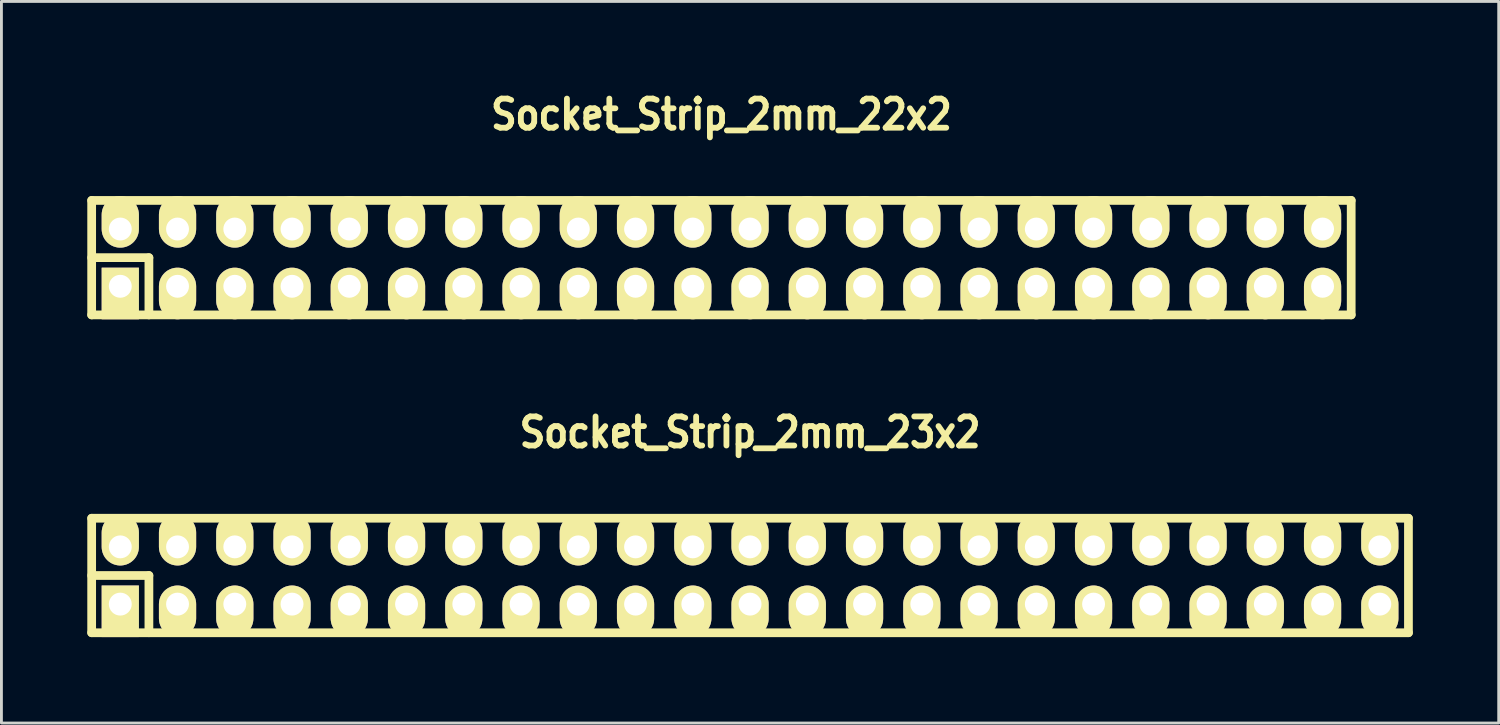
<source format=kicad_pcb>
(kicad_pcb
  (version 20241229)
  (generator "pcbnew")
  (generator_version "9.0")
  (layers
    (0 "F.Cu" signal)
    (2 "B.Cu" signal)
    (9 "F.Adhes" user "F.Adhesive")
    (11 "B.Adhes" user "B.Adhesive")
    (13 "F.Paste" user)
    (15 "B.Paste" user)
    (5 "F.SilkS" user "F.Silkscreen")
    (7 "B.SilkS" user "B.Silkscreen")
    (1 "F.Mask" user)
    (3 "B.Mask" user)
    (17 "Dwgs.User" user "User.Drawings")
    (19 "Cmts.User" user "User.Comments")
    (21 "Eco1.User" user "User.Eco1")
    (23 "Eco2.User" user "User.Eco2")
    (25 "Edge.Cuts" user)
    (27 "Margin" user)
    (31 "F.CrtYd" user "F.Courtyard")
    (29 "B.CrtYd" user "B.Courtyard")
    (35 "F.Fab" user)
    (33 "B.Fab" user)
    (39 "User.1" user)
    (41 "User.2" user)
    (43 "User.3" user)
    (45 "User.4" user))
  (footprint "Socket_Strip_2mm_22x2"
    (layer "F.Cu")
    (at 22.152 5.951)
    (property "Reference" "Socket_Strip_2mm_22x2" (at 0 -5 0) (layer "F.SilkS") (effects (font (size 1.016 0.889) (thickness 0.203))))
    (attr through_hole)
    (fp_line (start -22 -2) (end 22 -2) (stroke (width 0.305) (type solid)) (layer "F.SilkS"))
    (fp_line (start -22 0) (end -20 0) (stroke (width 0.305) (type solid)) (layer "F.SilkS"))
    (fp_line (start -22 2) (end -22 -2) (stroke (width 0.305) (type solid)) (layer "F.SilkS"))
    (fp_line (start -20 0) (end -20 2) (stroke (width 0.305) (type solid)) (layer "F.SilkS"))
    (fp_line (start 22 -2) (end 22 2) (stroke (width 0.305) (type solid)) (layer "F.SilkS"))
    (fp_line (start 22 2) (end -22 2) (stroke (width 0.305) (type solid)) (layer "F.SilkS"))
    (pad "1" thru_hole rect (at -21 1) (size 1.3 1.8) (drill 0.8 (offset 0 0.25)) (layers "*.Cu" "*.Mask" "F.SilkS"))
    (pad "2" thru_hole oval (at -21 -1) (size 1.3 1.8) (drill 0.8 (offset 0 -0.25)) (layers "*.Cu" "*.Mask" "F.SilkS"))
    (pad "3" thru_hole oval (at -19 1) (size 1.3 1.8) (drill 0.8 (offset 0 0.25)) (layers "*.Cu" "*.Mask" "F.SilkS"))
    (pad "4" thru_hole oval (at -19 -1) (size 1.3 1.8) (drill 0.8 (offset 0 -0.25)) (layers "*.Cu" "*.Mask" "F.SilkS"))
    (pad "5" thru_hole oval (at -17 1) (size 1.3 1.8) (drill 0.8 (offset 0 0.25)) (layers "*.Cu" "*.Mask" "F.SilkS"))
    (pad "6" thru_hole oval (at -17 -1) (size 1.3 1.8) (drill 0.8 (offset 0 -0.25)) (layers "*.Cu" "*.Mask" "F.SilkS"))
    (pad "7" thru_hole oval (at -15 1) (size 1.3 1.8) (drill 0.8 (offset 0 0.25)) (layers "*.Cu" "*.Mask" "F.SilkS"))
    (pad "8" thru_hole oval (at -15 -1) (size 1.3 1.8) (drill 0.8 (offset 0 -0.25)) (layers "*.Cu" "*.Mask" "F.SilkS"))
    (pad "9" thru_hole oval (at -13 1) (size 1.3 1.8) (drill 0.8 (offset 0 0.25)) (layers "*.Cu" "*.Mask" "F.SilkS"))
    (pad "10" thru_hole oval (at -13 -1) (size 1.3 1.8) (drill 0.8 (offset 0 -0.25)) (layers "*.Cu" "*.Mask" "F.SilkS"))
    (pad "11" thru_hole oval (at -11 1) (size 1.3 1.8) (drill 0.8 (offset 0 0.25)) (layers "*.Cu" "*.Mask" "F.SilkS"))
    (pad "12" thru_hole oval (at -11 -1) (size 1.3 1.8) (drill 0.8 (offset 0 -0.25)) (layers "*.Cu" "*.Mask" "F.SilkS"))
    (pad "13" thru_hole oval (at -9 1) (size 1.3 1.8) (drill 0.8 (offset 0 0.25)) (layers "*.Cu" "*.Mask" "F.SilkS"))
    (pad "14" thru_hole oval (at -9 -1) (size 1.3 1.8) (drill 0.8 (offset 0 -0.25)) (layers "*.Cu" "*.Mask" "F.SilkS"))
    (pad "15" thru_hole oval (at -7 1) (size 1.3 1.8) (drill 0.8 (offset 0 0.25)) (layers "*.Cu" "*.Mask" "F.SilkS"))
    (pad "16" thru_hole oval (at -7 -1) (size 1.3 1.8) (drill 0.8 (offset 0 -0.25)) (layers "*.Cu" "*.Mask" "F.SilkS"))
    (pad "17" thru_hole oval (at -5 1) (size 1.3 1.8) (drill 0.8 (offset 0 0.25)) (layers "*.Cu" "*.Mask" "F.SilkS"))
    (pad "18" thru_hole oval (at -5 -1) (size 1.3 1.8) (drill 0.8 (offset 0 -0.25)) (layers "*.Cu" "*.Mask" "F.SilkS"))
    (pad "19" thru_hole oval (at -3 1) (size 1.3 1.8) (drill 0.8 (offset 0 0.25)) (layers "*.Cu" "*.Mask" "F.SilkS"))
    (pad "20" thru_hole oval (at -3 -1) (size 1.3 1.8) (drill 0.8 (offset 0 -0.25)) (layers "*.Cu" "*.Mask" "F.SilkS"))
    (pad "21" thru_hole oval (at -1 1) (size 1.3 1.8) (drill 0.8 (offset 0 0.25)) (layers "*.Cu" "*.Mask" "F.SilkS"))
    (pad "22" thru_hole oval (at -1 -1) (size 1.3 1.8) (drill 0.8 (offset 0 -0.25)) (layers "*.Cu" "*.Mask" "F.SilkS"))
    (pad "23" thru_hole oval (at 1 1) (size 1.3 1.8) (drill 0.8 (offset 0 0.25)) (layers "*.Cu" "*.Mask" "F.SilkS"))
    (pad "24" thru_hole oval (at 1 -1) (size 1.3 1.8) (drill 0.8 (offset 0 -0.25)) (layers "*.Cu" "*.Mask" "F.SilkS"))
    (pad "25" thru_hole oval (at 3 1) (size 1.3 1.8) (drill 0.8 (offset 0 0.25)) (layers "*.Cu" "*.Mask" "F.SilkS"))
    (pad "26" thru_hole oval (at 3 -1) (size 1.3 1.8) (drill 0.8 (offset 0 -0.25)) (layers "*.Cu" "*.Mask" "F.SilkS"))
    (pad "27" thru_hole oval (at 5 1) (size 1.3 1.8) (drill 0.8 (offset 0 0.25)) (layers "*.Cu" "*.Mask" "F.SilkS"))
    (pad "28" thru_hole oval (at 5 -1) (size 1.3 1.8) (drill 0.8 (offset 0 -0.25)) (layers "*.Cu" "*.Mask" "F.SilkS"))
    (pad "29" thru_hole oval (at 7 1) (size 1.3 1.8) (drill 0.8 (offset 0 0.25)) (layers "*.Cu" "*.Mask" "F.SilkS"))
    (pad "30" thru_hole oval (at 7 -1) (size 1.3 1.8) (drill 0.8 (offset 0 -0.25)) (layers "*.Cu" "*.Mask" "F.SilkS"))
    (pad "31" thru_hole oval (at 9 1) (size 1.3 1.8) (drill 0.8 (offset 0 0.25)) (layers "*.Cu" "*.Mask" "F.SilkS"))
    (pad "32" thru_hole oval (at 9 -1) (size 1.3 1.8) (drill 0.8 (offset 0 -0.25)) (layers "*.Cu" "*.Mask" "F.SilkS"))
    (pad "33" thru_hole oval (at 11 1) (size 1.3 1.8) (drill 0.8 (offset 0 0.25)) (layers "*.Cu" "*.Mask" "F.SilkS"))
    (pad "34" thru_hole oval (at 11 -1) (size 1.3 1.8) (drill 0.8 (offset 0 -0.25)) (layers "*.Cu" "*.Mask" "F.SilkS"))
    (pad "35" thru_hole oval (at 13 1) (size 1.3 1.8) (drill 0.8 (offset 0 0.25)) (layers "*.Cu" "*.Mask" "F.SilkS"))
    (pad "36" thru_hole oval (at 13 -1) (size 1.3 1.8) (drill 0.8 (offset 0 -0.25)) (layers "*.Cu" "*.Mask" "F.SilkS"))
    (pad "37" thru_hole oval (at 15 1) (size 1.3 1.8) (drill 0.8 (offset 0 0.25)) (layers "*.Cu" "*.Mask" "F.SilkS"))
    (pad "38" thru_hole oval (at 15 -1) (size 1.3 1.8) (drill 0.8 (offset 0 -0.25)) (layers "*.Cu" "*.Mask" "F.SilkS"))
    (pad "39" thru_hole oval (at 17 1) (size 1.3 1.8) (drill 0.8 (offset 0 0.25)) (layers "*.Cu" "*.Mask" "F.SilkS"))
    (pad "40" thru_hole oval (at 17 -1) (size 1.3 1.8) (drill 0.8 (offset 0 -0.25)) (layers "*.Cu" "*.Mask" "F.SilkS"))
    (pad "41" thru_hole oval (at 19 1) (size 1.3 1.8) (drill 0.8 (offset 0 0.25)) (layers "*.Cu" "*.Mask" "F.SilkS"))
    (pad "42" thru_hole oval (at 19 -1) (size 1.3 1.8) (drill 0.8 (offset 0 -0.25)) (layers "*.Cu" "*.Mask" "F.SilkS"))
    (pad "43" thru_hole oval (at 21 1) (size 1.3 1.8) (drill 0.8 (offset 0 0.25)) (layers "*.Cu" "*.Mask" "F.SilkS"))
    (pad "44" thru_hole oval (at 21 -1) (size 1.3 1.8) (drill 0.8 (offset 0 -0.25)) (layers "*.Cu" "*.Mask" "F.SilkS")))
  (footprint "Socket_Strip_2mm_23x2"
    (layer "F.Cu")
    (at 23.152 17.054)
    (property "Reference" "Socket_Strip_2mm_23x2" (at 0 -5 0) (layer "F.SilkS") (effects (font (size 1.016 0.889) (thickness 0.203))))
    (attr through_hole)
    (fp_line (start -23 -2) (end 23 -2) (stroke (width 0.305) (type solid)) (layer "F.SilkS"))
    (fp_line (start -23 0) (end -21 0) (stroke (width 0.305) (type solid)) (layer "F.SilkS"))
    (fp_line (start -23 2) (end -23 -2) (stroke (width 0.305) (type solid)) (layer "F.SilkS"))
    (fp_line (start -21 0) (end -21 2) (stroke (width 0.305) (type solid)) (layer "F.SilkS"))
    (fp_line (start 23 -2) (end 23 2) (stroke (width 0.305) (type solid)) (layer "F.SilkS"))
    (fp_line (start 23 2) (end -23 2) (stroke (width 0.305) (type solid)) (layer "F.SilkS"))
    (pad "1" thru_hole rect (at -22 1) (size 1.3 1.8) (drill 0.8 (offset 0 0.25)) (layers "*.Cu" "*.Mask" "F.SilkS"))
    (pad "2" thru_hole oval (at -22 -1) (size 1.3 1.8) (drill 0.8 (offset 0 -0.25)) (layers "*.Cu" "*.Mask" "F.SilkS"))
    (pad "3" thru_hole oval (at -20 1) (size 1.3 1.8) (drill 0.8 (offset 0 0.25)) (layers "*.Cu" "*.Mask" "F.SilkS"))
    (pad "4" thru_hole oval (at -20 -1) (size 1.3 1.8) (drill 0.8 (offset 0 -0.25)) (layers "*.Cu" "*.Mask" "F.SilkS"))
    (pad "5" thru_hole oval (at -18 1) (size 1.3 1.8) (drill 0.8 (offset 0 0.25)) (layers "*.Cu" "*.Mask" "F.SilkS"))
    (pad "6" thru_hole oval (at -18 -1) (size 1.3 1.8) (drill 0.8 (offset 0 -0.25)) (layers "*.Cu" "*.Mask" "F.SilkS"))
    (pad "7" thru_hole oval (at -16 1) (size 1.3 1.8) (drill 0.8 (offset 0 0.25)) (layers "*.Cu" "*.Mask" "F.SilkS"))
    (pad "8" thru_hole oval (at -16 -1) (size 1.3 1.8) (drill 0.8 (offset 0 -0.25)) (layers "*.Cu" "*.Mask" "F.SilkS"))
    (pad "9" thru_hole oval (at -14 1) (size 1.3 1.8) (drill 0.8 (offset 0 0.25)) (layers "*.Cu" "*.Mask" "F.SilkS"))
    (pad "10" thru_hole oval (at -14 -1) (size 1.3 1.8) (drill 0.8 (offset 0 -0.25)) (layers "*.Cu" "*.Mask" "F.SilkS"))
    (pad "11" thru_hole oval (at -12 1) (size 1.3 1.8) (drill 0.8 (offset 0 0.25)) (layers "*.Cu" "*.Mask" "F.SilkS"))
    (pad "12" thru_hole oval (at -12 -1) (size 1.3 1.8) (drill 0.8 (offset 0 -0.25)) (layers "*.Cu" "*.Mask" "F.SilkS"))
    (pad "13" thru_hole oval (at -10 1) (size 1.3 1.8) (drill 0.8 (offset 0 0.25)) (layers "*.Cu" "*.Mask" "F.SilkS"))
    (pad "14" thru_hole oval (at -10 -1) (size 1.3 1.8) (drill 0.8 (offset 0 -0.25)) (layers "*.Cu" "*.Mask" "F.SilkS"))
    (pad "15" thru_hole oval (at -8 1) (size 1.3 1.8) (drill 0.8 (offset 0 0.25)) (layers "*.Cu" "*.Mask" "F.SilkS"))
    (pad "16" thru_hole oval (at -8 -1) (size 1.3 1.8) (drill 0.8 (offset 0 -0.25)) (layers "*.Cu" "*.Mask" "F.SilkS"))
    (pad "17" thru_hole oval (at -6 1) (size 1.3 1.8) (drill 0.8 (offset 0 0.25)) (layers "*.Cu" "*.Mask" "F.SilkS"))
    (pad "18" thru_hole oval (at -6 -1) (size 1.3 1.8) (drill 0.8 (offset 0 -0.25)) (layers "*.Cu" "*.Mask" "F.SilkS"))
    (pad "19" thru_hole oval (at -4 1) (size 1.3 1.8) (drill 0.8 (offset 0 0.25)) (layers "*.Cu" "*.Mask" "F.SilkS"))
    (pad "20" thru_hole oval (at -4 -1) (size 1.3 1.8) (drill 0.8 (offset 0 -0.25)) (layers "*.Cu" "*.Mask" "F.SilkS"))
    (pad "21" thru_hole oval (at -2 1) (size 1.3 1.8) (drill 0.8 (offset 0 0.25)) (layers "*.Cu" "*.Mask" "F.SilkS"))
    (pad "22" thru_hole oval (at -2 -1) (size 1.3 1.8) (drill 0.8 (offset 0 -0.25)) (layers "*.Cu" "*.Mask" "F.SilkS"))
    (pad "23" thru_hole oval (at 0 1) (size 1.3 1.8) (drill 0.8 (offset 0 0.25)) (layers "*.Cu" "*.Mask" "F.SilkS"))
    (pad "24" thru_hole oval (at 0 -1) (size 1.3 1.8) (drill 0.8 (offset 0 -0.25)) (layers "*.Cu" "*.Mask" "F.SilkS"))
    (pad "25" thru_hole oval (at 2 1) (size 1.3 1.8) (drill 0.8 (offset 0 0.25)) (layers "*.Cu" "*.Mask" "F.SilkS"))
    (pad "26" thru_hole oval (at 2 -1) (size 1.3 1.8) (drill 0.8 (offset 0 -0.25)) (layers "*.Cu" "*.Mask" "F.SilkS"))
    (pad "27" thru_hole oval (at 4 1) (size 1.3 1.8) (drill 0.8 (offset 0 0.25)) (layers "*.Cu" "*.Mask" "F.SilkS"))
    (pad "28" thru_hole oval (at 4 -1) (size 1.3 1.8) (drill 0.8 (offset 0 -0.25)) (layers "*.Cu" "*.Mask" "F.SilkS"))
    (pad "29" thru_hole oval (at 6 1) (size 1.3 1.8) (drill 0.8 (offset 0 0.25)) (layers "*.Cu" "*.Mask" "F.SilkS"))
    (pad "30" thru_hole oval (at 6 -1) (size 1.3 1.8) (drill 0.8 (offset 0 -0.25)) (layers "*.Cu" "*.Mask" "F.SilkS"))
    (pad "31" thru_hole oval (at 8 1) (size 1.3 1.8) (drill 0.8 (offset 0 0.25)) (layers "*.Cu" "*.Mask" "F.SilkS"))
    (pad "32" thru_hole oval (at 8 -1) (size 1.3 1.8) (drill 0.8 (offset 0 -0.25)) (layers "*.Cu" "*.Mask" "F.SilkS"))
    (pad "33" thru_hole oval (at 10 1) (size 1.3 1.8) (drill 0.8 (offset 0 0.25)) (layers "*.Cu" "*.Mask" "F.SilkS"))
    (pad "34" thru_hole oval (at 10 -1) (size 1.3 1.8) (drill 0.8 (offset 0 -0.25)) (layers "*.Cu" "*.Mask" "F.SilkS"))
    (pad "35" thru_hole oval (at 12 1) (size 1.3 1.8) (drill 0.8 (offset 0 0.25)) (layers "*.Cu" "*.Mask" "F.SilkS"))
    (pad "36" thru_hole oval (at 12 -1) (size 1.3 1.8) (drill 0.8 (offset 0 -0.25)) (layers "*.Cu" "*.Mask" "F.SilkS"))
    (pad "37" thru_hole oval (at 14 1) (size 1.3 1.8) (drill 0.8 (offset 0 0.25)) (layers "*.Cu" "*.Mask" "F.SilkS"))
    (pad "38" thru_hole oval (at 14 -1) (size 1.3 1.8) (drill 0.8 (offset 0 -0.25)) (layers "*.Cu" "*.Mask" "F.SilkS"))
    (pad "39" thru_hole oval (at 16 1) (size 1.3 1.8) (drill 0.8 (offset 0 0.25)) (layers "*.Cu" "*.Mask" "F.SilkS"))
    (pad "40" thru_hole oval (at 16 -1) (size 1.3 1.8) (drill 0.8 (offset 0 -0.25)) (layers "*.Cu" "*.Mask" "F.SilkS"))
    (pad "41" thru_hole oval (at 18 1) (size 1.3 1.8) (drill 0.8 (offset 0 0.25)) (layers "*.Cu" "*.Mask" "F.SilkS"))
    (pad "42" thru_hole oval (at 18 -1) (size 1.3 1.8) (drill 0.8 (offset 0 -0.25)) (layers "*.Cu" "*.Mask" "F.SilkS"))
    (pad "43" thru_hole oval (at 20 1) (size 1.3 1.8) (drill 0.8 (offset 0 0.25)) (layers "*.Cu" "*.Mask" "F.SilkS"))
    (pad "44" thru_hole oval (at 20 -1) (size 1.3 1.8) (drill 0.8 (offset 0 -0.25)) (layers "*.Cu" "*.Mask" "F.SilkS"))
    (pad "45" thru_hole oval (at 22 1) (size 1.3 1.8) (drill 0.8 (offset 0 0.25)) (layers "*.Cu" "*.Mask" "F.SilkS"))
    (pad "46" thru_hole oval (at 22 -1) (size 1.3 1.8) (drill 0.8 (offset 0 -0.25)) (layers "*.Cu" "*.Mask" "F.SilkS")))
  (gr_rect
    (start -3 -3)
    (end 49.305 22.207)
    (stroke (width 0.1) (type default))
    (fill no)
    (layer "Edge.Cuts")))
</source>
